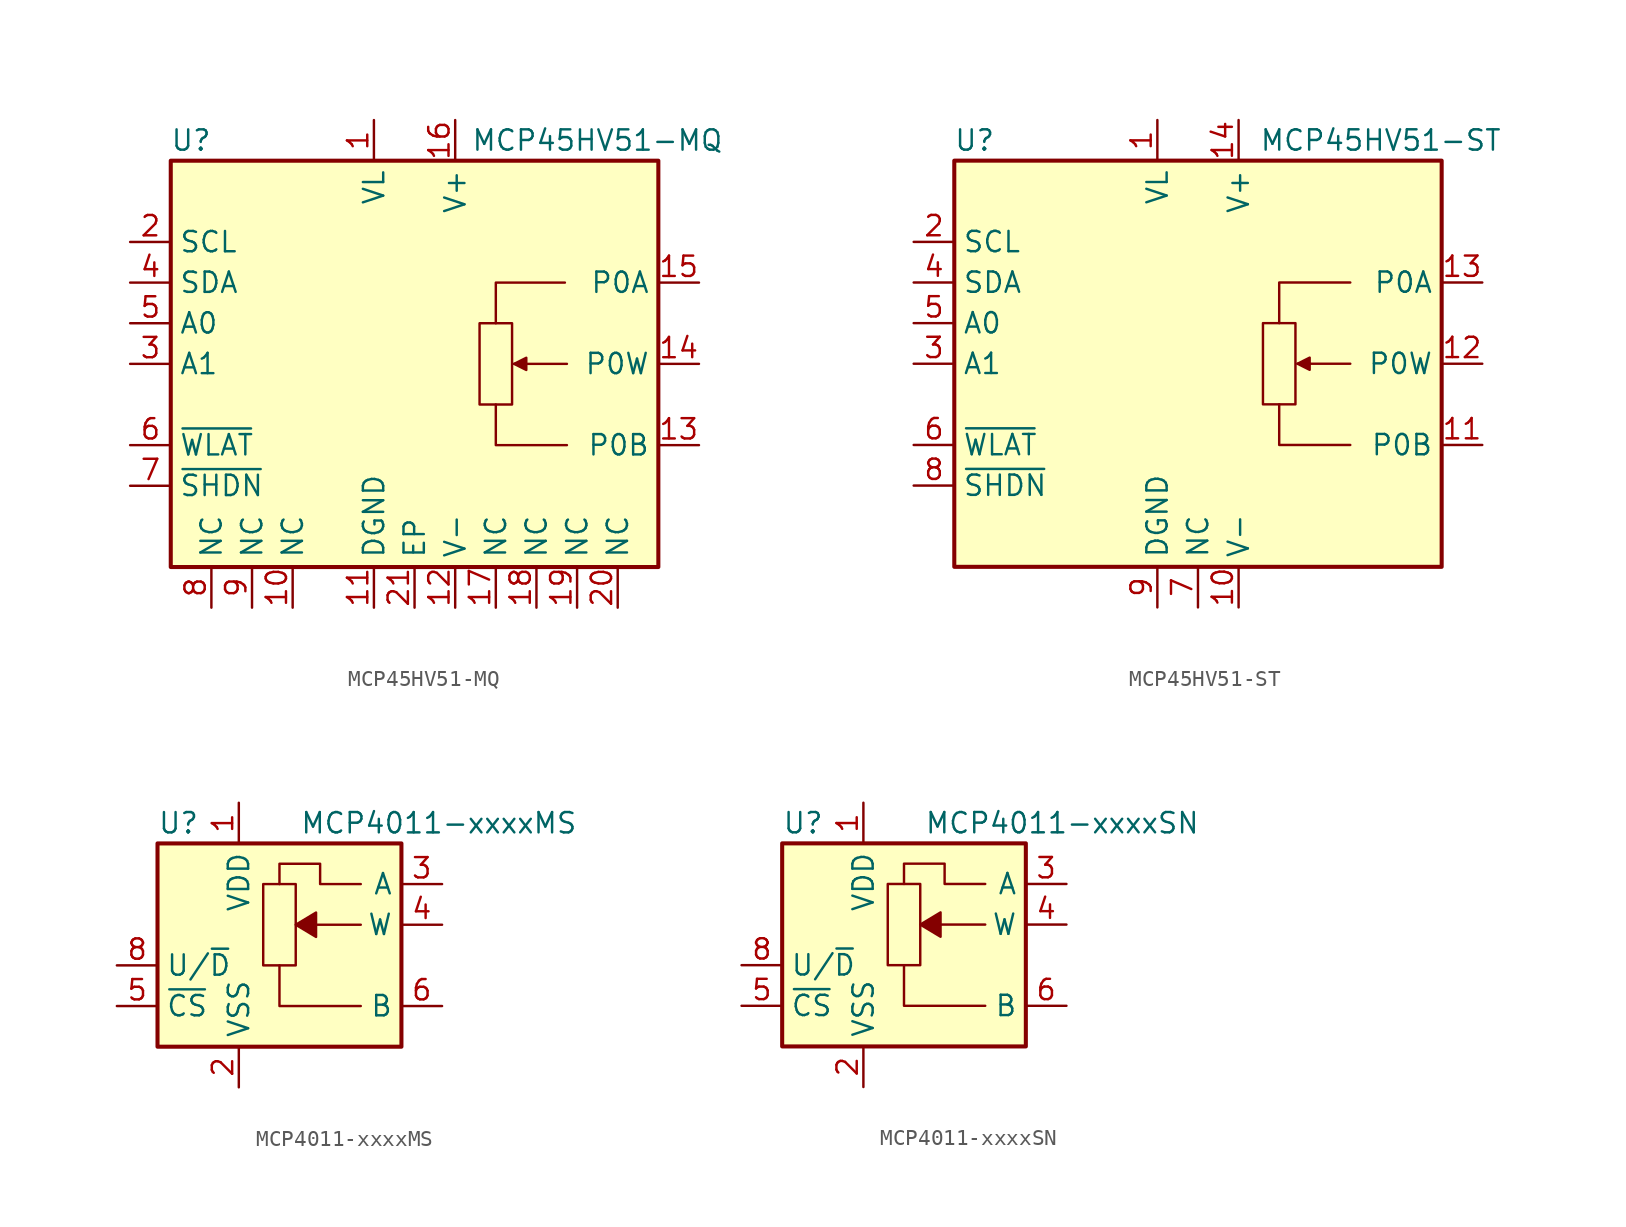
<source format=kicad_sym>
(kicad_symbol_lib
  (version 20201005)
  (generator kicad_symbol_editor)
  (symbol "Potentiometer_Digital:MCP45HV51-MQ"
    (property "Reference" "U"
      (at -13.97 13.97 0)
      (effects (font (size 1.27 1.27))))
    (property "Value" "MCP45HV51-MQ"
      (at 11.43 13.97 0)
      (effects (font (size 1.27 1.27))))
    (symbol "MCP45HV51-MQ_0_1"
      (rectangle (start 6.096 2.54) (end 4.064 -2.54) (stroke (width 0)) (fill (type none)))
      (polyline (pts (xy 9.525 0) (xy 6.223 0)) (stroke (width 0)) (fill (type none)))
      (polyline (pts (xy 5.08 -2.54) (xy 5.08 -5.08) (xy 9.525 -5.08)) (stroke (width 0)) (fill (type none)))
      (polyline (pts (xy 5.08 2.54) (xy 5.08 5.08) (xy 9.398 5.08)) (stroke (width 0)) (fill (type none)))
      (polyline (pts (xy 6.223 0) (xy 6.985 0.381) (xy 6.985 -0.381) (xy 6.223 0)) (stroke (width 0)) (fill (type outline))))
    (symbol "MCP45HV51-MQ_1_1"
      (rectangle (start -15.24 12.7) (end 15.24 -12.7) (stroke (width 0.254)) (fill (type background)))
      (pin power_in line (at -2.54 15.24 270) (length 2.54) (name "VL" (effects (font (size 1.27 1.27)))) (number "1" (effects (font (size 1.27 1.27)))))
      (pin passive line (at -7.62 -15.24 90) (length 2.54) (name "NC" (effects (font (size 1.27 1.27)))) (number "10" (effects (font (size 1.27 1.27)))))
      (pin power_in line (at -2.54 -15.24 90) (length 2.54) (name "DGND" (effects (font (size 1.27 1.27)))) (number "11" (effects (font (size 1.27 1.27)))))
      (pin power_in line (at 2.54 -15.24 90) (length 2.54) (name "V-" (effects (font (size 1.27 1.27)))) (number "12" (effects (font (size 1.27 1.27)))))
      (pin passive line (at 17.78 -5.08 180) (length 2.54) (name "P0B" (effects (font (size 1.27 1.27)))) (number "13" (effects (font (size 1.27 1.27)))))
      (pin passive line (at 17.78 0 180) (length 2.54) (name "P0W" (effects (font (size 1.27 1.27)))) (number "14" (effects (font (size 1.27 1.27)))))
      (pin passive line (at 17.78 5.08 180) (length 2.54) (name "P0A" (effects (font (size 1.27 1.27)))) (number "15" (effects (font (size 1.27 1.27)))))
      (pin power_in line (at 2.54 15.24 270) (length 2.54) (name "V+" (effects (font (size 1.27 1.27)))) (number "16" (effects (font (size 1.27 1.27)))))
      (pin passive line (at 5.08 -15.24 90) (length 2.54) (name "NC" (effects (font (size 1.27 1.27)))) (number "17" (effects (font (size 1.27 1.27)))))
      (pin passive line (at 7.62 -15.24 90) (length 2.54) (name "NC" (effects (font (size 1.27 1.27)))) (number "18" (effects (font (size 1.27 1.27)))))
      (pin passive line (at 10.16 -15.24 90) (length 2.54) (name "NC" (effects (font (size 1.27 1.27)))) (number "19" (effects (font (size 1.27 1.27)))))
      (pin input line (at -17.78 7.62 0) (length 2.54) (name "SCL" (effects (font (size 1.27 1.27)))) (number "2" (effects (font (size 1.27 1.27)))))
      (pin passive line (at 12.7 -15.24 90) (length 2.54) (name "NC" (effects (font (size 1.27 1.27)))) (number "20" (effects (font (size 1.27 1.27)))))
      (pin power_in line (at 0 -15.24 90) (length 2.54) (name "EP" (effects (font (size 1.27 1.27)))) (number "21" (effects (font (size 1.27 1.27)))))
      (pin input line (at -17.78 0 0) (length 2.54) (name "A1" (effects (font (size 1.27 1.27)))) (number "3" (effects (font (size 1.27 1.27)))))
      (pin bidirectional line (at -17.78 5.08 0) (length 2.54) (name "SDA" (effects (font (size 1.27 1.27)))) (number "4" (effects (font (size 1.27 1.27)))))
      (pin input line (at -17.78 2.54 0) (length 2.54) (name "A0" (effects (font (size 1.27 1.27)))) (number "5" (effects (font (size 1.27 1.27)))))
      (pin input line (at -17.78 -5.08 0) (length 2.54) (name "~WLAT" (effects (font (size 1.27 1.27)))) (number "6" (effects (font (size 1.27 1.27)))))
      (pin input line (at -17.78 -7.62 0) (length 2.54) (name "~SHDN" (effects (font (size 1.27 1.27)))) (number "7" (effects (font (size 1.27 1.27)))))
      (pin passive line (at -12.7 -15.24 90) (length 2.54) (name "NC" (effects (font (size 1.27 1.27)))) (number "8" (effects (font (size 1.27 1.27)))))
      (pin passive line (at -10.16 -15.24 90) (length 2.54) (name "NC" (effects (font (size 1.27 1.27)))) (number "9" (effects (font (size 1.27 1.27)))))))
  (symbol "Potentiometer_Digital:MCP45HV51-ST"
    (property "Reference" "U"
      (at -13.97 13.97 0)
      (effects (font (size 1.27 1.27))))
    (property "Value" "MCP45HV51-ST"
      (at 11.43 13.97 0)
      (effects (font (size 1.27 1.27))))
    (symbol "MCP45HV51-ST_0_1"
      (polyline (pts (xy 9.525 0) (xy 6.223 0)) (stroke (width 0)) (fill (type none)))
      (polyline (pts (xy 5.08 -2.54) (xy 5.08 -5.08) (xy 9.525 -5.08)) (stroke (width 0)) (fill (type none)))
      (polyline (pts (xy 5.08 2.54) (xy 5.08 5.08) (xy 9.525 5.08)) (stroke (width 0)) (fill (type none)))
      (polyline (pts (xy 6.223 0) (xy 6.985 0.381) (xy 6.985 -0.381) (xy 6.223 0)) (stroke (width 0)) (fill (type outline)))
      (polyline (pts (xy 6.096 2.54) (xy 4.064 2.54) (xy 4.064 -2.54) (xy 6.096 -2.54) (xy 6.096 2.54)) (stroke (width 0)) (fill (type none))))
    (symbol "MCP45HV51-ST_1_1"
      (rectangle (start -15.24 12.7) (end 15.24 -12.7) (stroke (width 0.254)) (fill (type background)))
      (pin power_in line (at -2.54 15.24 270) (length 2.54) (name "VL" (effects (font (size 1.27 1.27)))) (number "1" (effects (font (size 1.27 1.27)))))
      (pin power_in line (at 2.54 -15.24 90) (length 2.54) (name "V-" (effects (font (size 1.27 1.27)))) (number "10" (effects (font (size 1.27 1.27)))))
      (pin passive line (at 17.78 -5.08 180) (length 2.54) (name "P0B" (effects (font (size 1.27 1.27)))) (number "11" (effects (font (size 1.27 1.27)))))
      (pin passive line (at 17.78 0 180) (length 2.54) (name "P0W" (effects (font (size 1.27 1.27)))) (number "12" (effects (font (size 1.27 1.27)))))
      (pin passive line (at 17.78 5.08 180) (length 2.54) (name "P0A" (effects (font (size 1.27 1.27)))) (number "13" (effects (font (size 1.27 1.27)))))
      (pin power_in line (at 2.54 15.24 270) (length 2.54) (name "V+" (effects (font (size 1.27 1.27)))) (number "14" (effects (font (size 1.27 1.27)))))
      (pin input line (at -17.78 7.62 0) (length 2.54) (name "SCL" (effects (font (size 1.27 1.27)))) (number "2" (effects (font (size 1.27 1.27)))))
      (pin input line (at -17.78 0 0) (length 2.54) (name "A1" (effects (font (size 1.27 1.27)))) (number "3" (effects (font (size 1.27 1.27)))))
      (pin bidirectional line (at -17.78 5.08 0) (length 2.54) (name "SDA" (effects (font (size 1.27 1.27)))) (number "4" (effects (font (size 1.27 1.27)))))
      (pin input line (at -17.78 2.54 0) (length 2.54) (name "A0" (effects (font (size 1.27 1.27)))) (number "5" (effects (font (size 1.27 1.27)))))
      (pin input line (at -17.78 -5.08 0) (length 2.54) (name "~WLAT" (effects (font (size 1.27 1.27)))) (number "6" (effects (font (size 1.27 1.27)))))
      (pin passive line (at 0 -15.24 90) (length 2.54) (name "NC" (effects (font (size 1.27 1.27)))) (number "7" (effects (font (size 1.27 1.27)))))
      (pin input line (at -17.78 -7.62 0) (length 2.54) (name "~SHDN" (effects (font (size 1.27 1.27)))) (number "8" (effects (font (size 1.27 1.27)))))
      (pin power_in line (at -2.54 -15.24 90) (length 2.54) (name "DGND" (effects (font (size 1.27 1.27)))) (number "9" (effects (font (size 1.27 1.27)))))))
  (symbol "Potentiometer_Digital:MCP4011-xxxxMS"
    (property "Reference" "U"
      (at -7.62 8.89 0)
      (effects (font (size 1.27 1.27)) (justify left)))
    (property "Value" "MCP4011-xxxxMS"
      (at 1.27 8.89 0)
      (effects (font (size 1.27 1.27)) (justify left)))
    (symbol "MCP4011-xxxxMS_0_1"
      (polyline (pts (xy 0 0) (xy 0 -2.54) (xy 5.08 -2.54)) (stroke (width 0)) (fill (type none)))
      (polyline (pts (xy 5.08 2.54) (xy 3.81 2.54) (xy 1.27 2.54)) (stroke (width 0)) (fill (type none)))
      (polyline (pts (xy 5.08 5.08) (xy 2.54 5.08) (xy 2.54 6.35) (xy 0 6.35) (xy 0 5.08)) (stroke (width 0)) (fill (type none))))
    (symbol "MCP4011-xxxxMS_1_1"
      (rectangle (start -7.62 7.62) (end 7.62 -5.08) (stroke (width 0.254)) (fill (type background)))
      (rectangle (start 1.016 0) (end -1.016 5.08) (stroke (width 0)) (fill (type none)))
      (polyline (pts (xy 2.286 1.778) (xy 2.286 3.302) (xy 1.016 2.54) (xy 2.286 1.778)) (stroke (width 0)) (fill (type outline)))
      (pin power_in line (at -2.54 10.16 270) (length 2.54) (name "VDD" (effects (font (size 1.27 1.27)))) (number "1" (effects (font (size 1.27 1.27)))))
      (pin power_in line (at -2.54 -7.62 90) (length 2.54) (name "VSS" (effects (font (size 1.27 1.27)))) (number "2" (effects (font (size 1.27 1.27)))))
      (pin passive line (at 10.16 5.08 180) (length 2.54) (name "A" (effects (font (size 1.27 1.27)))) (number "3" (effects (font (size 1.27 1.27)))))
      (pin passive line (at 10.16 2.54 180) (length 2.54) (name "W" (effects (font (size 1.27 1.27)))) (number "4" (effects (font (size 1.27 1.27)))))
      (pin input line (at -10.16 -2.54 0) (length 2.54) (name "~CS" (effects (font (size 1.27 1.27)))) (number "5" (effects (font (size 1.27 1.27)))))
      (pin passive line (at 10.16 -2.54 180) (length 2.54) (name "B" (effects (font (size 1.27 1.27)))) (number "6" (effects (font (size 1.27 1.27)))))
      (pin no_connect line (at -7.62 5.08 0) (length 2.54) hide (name "NC" (effects (font (size 1.27 1.27)))) (number "7" (effects (font (size 1.27 1.27)))))
      (pin input line (at -10.16 0 0) (length 2.54) (name "U/~D" (effects (font (size 1.27 1.27)))) (number "8" (effects (font (size 1.27 1.27)))))))
  (symbol "Potentiometer_Digital:MCP4011-xxxxSN"
    (property "Reference" "U"
      (at -7.62 8.89 0)
      (effects (font (size 1.27 1.27)) (justify left)))
    (property "Value" "MCP4011-xxxxSN"
      (at 1.27 8.89 0)
      (effects (font (size 1.27 1.27)) (justify left)))
    (symbol "MCP4011-xxxxSN_0_1"
      (polyline (pts (xy 0 0) (xy 0 -2.54) (xy 5.08 -2.54)) (stroke (width 0)) (fill (type none)))
      (polyline (pts (xy 5.08 2.54) (xy 3.81 2.54) (xy 1.27 2.54)) (stroke (width 0)) (fill (type none)))
      (polyline (pts (xy 5.08 5.08) (xy 2.54 5.08) (xy 2.54 6.35) (xy 0 6.35) (xy 0 5.08)) (stroke (width 0)) (fill (type none))))
    (symbol "MCP4011-xxxxSN_1_1"
      (rectangle (start -7.62 7.62) (end 7.62 -5.08) (stroke (width 0.254)) (fill (type background)))
      (rectangle (start 1.016 0) (end -1.016 5.08) (stroke (width 0)) (fill (type none)))
      (polyline (pts (xy 2.286 1.778) (xy 2.286 3.302) (xy 1.016 2.54) (xy 2.286 1.778)) (stroke (width 0)) (fill (type outline)))
      (pin power_in line (at -2.54 10.16 270) (length 2.54) (name "VDD" (effects (font (size 1.27 1.27)))) (number "1" (effects (font (size 1.27 1.27)))))
      (pin power_in line (at -2.54 -7.62 90) (length 2.54) (name "VSS" (effects (font (size 1.27 1.27)))) (number "2" (effects (font (size 1.27 1.27)))))
      (pin passive line (at 10.16 5.08 180) (length 2.54) (name "A" (effects (font (size 1.27 1.27)))) (number "3" (effects (font (size 1.27 1.27)))))
      (pin passive line (at 10.16 2.54 180) (length 2.54) (name "W" (effects (font (size 1.27 1.27)))) (number "4" (effects (font (size 1.27 1.27)))))
      (pin input line (at -10.16 -2.54 0) (length 2.54) (name "~CS" (effects (font (size 1.27 1.27)))) (number "5" (effects (font (size 1.27 1.27)))))
      (pin passive line (at 10.16 -2.54 180) (length 2.54) (name "B" (effects (font (size 1.27 1.27)))) (number "6" (effects (font (size 1.27 1.27)))))
      (pin no_connect line (at -7.62 5.08 0) (length 2.54) hide (name "NC" (effects (font (size 1.27 1.27)))) (number "7" (effects (font (size 1.27 1.27)))))
      (pin input line (at -10.16 0 0) (length 2.54) (name "U/~D" (effects (font (size 1.27 1.27)))) (number "8" (effects (font (size 1.27 1.27))))))))
</source>
